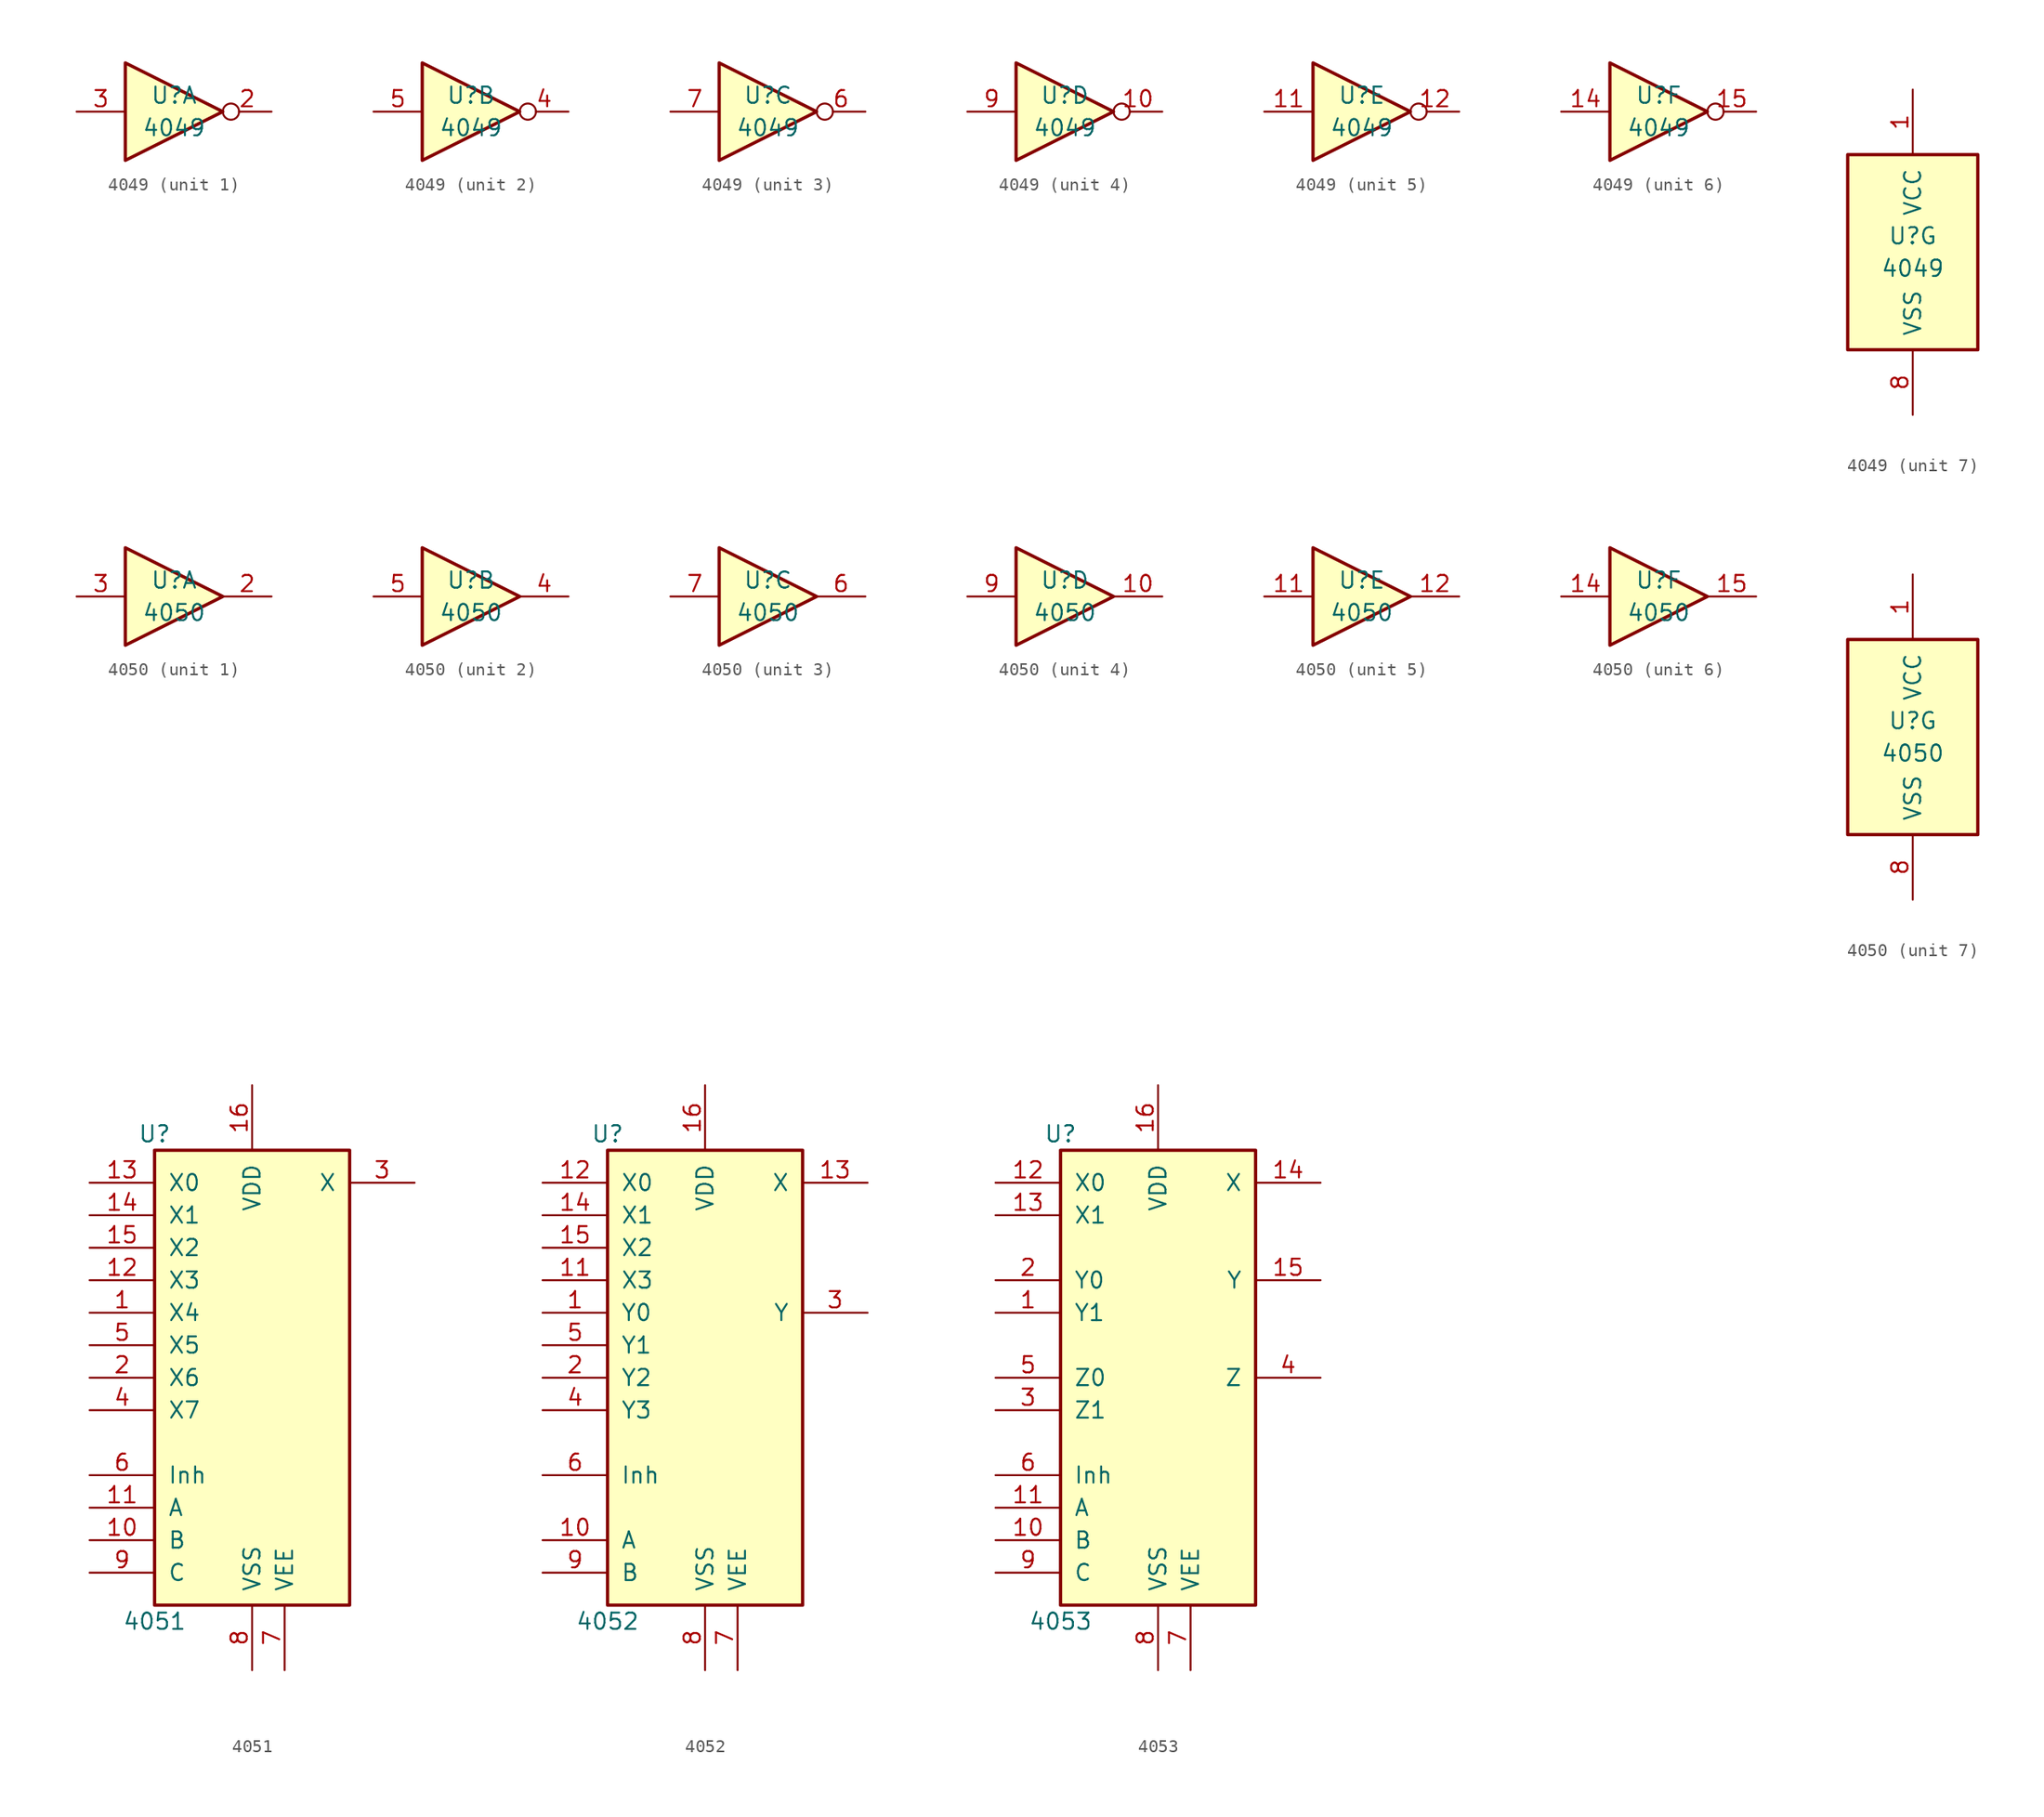
<source format=kicad_sym>
(kicad_symbol_lib
  (version 20241209)
  (generator "kicad_symbol_editor")
  (generator_version "9.0")
  (symbol "4049"
    (pin_names
      (offset 1.016))
    (property "Reference" "U"
      (at 0 1.27 0)
      (effects (font (size 1.27 1.27))))
    (property "Value" "4049"
      (at 0 -1.27 0)
      (effects (font (size 1.27 1.27))))
    (property "ki_locked" ""
      (at 0 0 0)
      (effects (font (size 1.27 1.27))))
    (symbol "4049_1_0"
      (polyline (pts (xy -3.81 3.81) (xy -3.81 -3.81) (xy 3.81 0) (xy -3.81 3.81)) (stroke (width 0.254) (type default)) (fill (type background)))
      (pin input line (at -7.62 0 0) (length 3.81) (name "~" (effects (font (size 1.27 1.27)))) (number "3" (effects (font (size 1.27 1.27)))))
      (pin output inverted (at 7.62 0 180) (length 3.81) (name "~" (effects (font (size 1.27 1.27)))) (number "2" (effects (font (size 1.27 1.27))))))
    (symbol "4049_2_0"
      (polyline (pts (xy -3.81 3.81) (xy -3.81 -3.81) (xy 3.81 0) (xy -3.81 3.81)) (stroke (width 0.254) (type default)) (fill (type background)))
      (pin input line (at -7.62 0 0) (length 3.81) (name "~" (effects (font (size 1.27 1.27)))) (number "5" (effects (font (size 1.27 1.27)))))
      (pin output inverted (at 7.62 0 180) (length 3.81) (name "~" (effects (font (size 1.27 1.27)))) (number "4" (effects (font (size 1.27 1.27))))))
    (symbol "4049_3_0"
      (polyline (pts (xy -3.81 3.81) (xy -3.81 -3.81) (xy 3.81 0) (xy -3.81 3.81)) (stroke (width 0.254) (type default)) (fill (type background)))
      (pin input line (at -7.62 0 0) (length 3.81) (name "~" (effects (font (size 1.27 1.27)))) (number "7" (effects (font (size 1.27 1.27)))))
      (pin output inverted (at 7.62 0 180) (length 3.81) (name "~" (effects (font (size 1.27 1.27)))) (number "6" (effects (font (size 1.27 1.27))))))
    (symbol "4049_4_0"
      (polyline (pts (xy -3.81 3.81) (xy -3.81 -3.81) (xy 3.81 0) (xy -3.81 3.81)) (stroke (width 0.254) (type default)) (fill (type background)))
      (pin input line (at -7.62 0 0) (length 3.81) (name "~" (effects (font (size 1.27 1.27)))) (number "9" (effects (font (size 1.27 1.27)))))
      (pin output inverted (at 7.62 0 180) (length 3.81) (name "~" (effects (font (size 1.27 1.27)))) (number "10" (effects (font (size 1.27 1.27))))))
    (symbol "4049_5_0"
      (polyline (pts (xy -3.81 3.81) (xy -3.81 -3.81) (xy 3.81 0) (xy -3.81 3.81)) (stroke (width 0.254) (type default)) (fill (type background)))
      (pin input line (at -7.62 0 0) (length 3.81) (name "~" (effects (font (size 1.27 1.27)))) (number "11" (effects (font (size 1.27 1.27)))))
      (pin output inverted (at 7.62 0 180) (length 3.81) (name "~" (effects (font (size 1.27 1.27)))) (number "12" (effects (font (size 1.27 1.27))))))
    (symbol "4049_6_0"
      (polyline (pts (xy -3.81 3.81) (xy -3.81 -3.81) (xy 3.81 0) (xy -3.81 3.81)) (stroke (width 0.254) (type default)) (fill (type background)))
      (pin input line (at -7.62 0 0) (length 3.81) (name "~" (effects (font (size 1.27 1.27)))) (number "14" (effects (font (size 1.27 1.27)))))
      (pin output inverted (at 7.62 0 180) (length 3.81) (name "~" (effects (font (size 1.27 1.27)))) (number "15" (effects (font (size 1.27 1.27))))))
    (symbol "4049_7_0"
      (pin power_in line (at 0 12.7 270) (length 5.08) (name "VCC" (effects (font (size 1.27 1.27)))) (number "1" (effects (font (size 1.27 1.27)))))
      (pin power_in line (at 0 -12.7 90) (length 5.08) (name "VSS" (effects (font (size 1.27 1.27)))) (number "8" (effects (font (size 1.27 1.27))))))
    (symbol "4049_7_1"
      (rectangle (start -5.08 7.62) (end 5.08 -7.62) (stroke (width 0.254) (type default)) (fill (type background)))))
  (symbol "4050"
    (pin_names
      (offset 1.016))
    (property "Reference" "U"
      (at 0 1.27 0)
      (effects (font (size 1.27 1.27))))
    (property "Value" "4050"
      (at 0 -1.27 0)
      (effects (font (size 1.27 1.27))))
    (property "ki_locked" ""
      (at 0 0 0)
      (effects (font (size 1.27 1.27))))
    (symbol "4050_1_0"
      (polyline (pts (xy -3.81 3.81) (xy -3.81 -3.81) (xy 3.81 0) (xy -3.81 3.81)) (stroke (width 0.254) (type default)) (fill (type background)))
      (pin input line (at -7.62 0 0) (length 3.81) (name "~" (effects (font (size 1.27 1.27)))) (number "3" (effects (font (size 1.27 1.27)))))
      (pin output line (at 7.62 0 180) (length 3.81) (name "~" (effects (font (size 1.27 1.27)))) (number "2" (effects (font (size 1.27 1.27))))))
    (symbol "4050_2_0"
      (polyline (pts (xy -3.81 3.81) (xy -3.81 -3.81) (xy 3.81 0) (xy -3.81 3.81)) (stroke (width 0.254) (type default)) (fill (type background)))
      (pin input line (at -7.62 0 0) (length 3.81) (name "~" (effects (font (size 1.27 1.27)))) (number "5" (effects (font (size 1.27 1.27)))))
      (pin output line (at 7.62 0 180) (length 3.81) (name "~" (effects (font (size 1.27 1.27)))) (number "4" (effects (font (size 1.27 1.27))))))
    (symbol "4050_3_0"
      (polyline (pts (xy -3.81 3.81) (xy -3.81 -3.81) (xy 3.81 0) (xy -3.81 3.81)) (stroke (width 0.254) (type default)) (fill (type background)))
      (pin input line (at -7.62 0 0) (length 3.81) (name "~" (effects (font (size 1.27 1.27)))) (number "7" (effects (font (size 1.27 1.27)))))
      (pin output line (at 7.62 0 180) (length 3.81) (name "~" (effects (font (size 1.27 1.27)))) (number "6" (effects (font (size 1.27 1.27))))))
    (symbol "4050_4_0"
      (polyline (pts (xy -3.81 3.81) (xy -3.81 -3.81) (xy 3.81 0) (xy -3.81 3.81)) (stroke (width 0.254) (type default)) (fill (type background)))
      (pin input line (at -7.62 0 0) (length 3.81) (name "~" (effects (font (size 1.27 1.27)))) (number "9" (effects (font (size 1.27 1.27)))))
      (pin output line (at 7.62 0 180) (length 3.81) (name "~" (effects (font (size 1.27 1.27)))) (number "10" (effects (font (size 1.27 1.27))))))
    (symbol "4050_5_0"
      (polyline (pts (xy -3.81 3.81) (xy -3.81 -3.81) (xy 3.81 0) (xy -3.81 3.81)) (stroke (width 0.254) (type default)) (fill (type background)))
      (pin input line (at -7.62 0 0) (length 3.81) (name "~" (effects (font (size 1.27 1.27)))) (number "11" (effects (font (size 1.27 1.27)))))
      (pin output line (at 7.62 0 180) (length 3.81) (name "~" (effects (font (size 1.27 1.27)))) (number "12" (effects (font (size 1.27 1.27))))))
    (symbol "4050_6_0"
      (polyline (pts (xy -3.81 3.81) (xy -3.81 -3.81) (xy 3.81 0) (xy -3.81 3.81)) (stroke (width 0.254) (type default)) (fill (type background)))
      (pin input line (at -7.62 0 0) (length 3.81) (name "~" (effects (font (size 1.27 1.27)))) (number "14" (effects (font (size 1.27 1.27)))))
      (pin output line (at 7.62 0 180) (length 3.81) (name "~" (effects (font (size 1.27 1.27)))) (number "15" (effects (font (size 1.27 1.27))))))
    (symbol "4050_7_0"
      (pin power_in line (at 0 12.7 270) (length 5.08) (name "VCC" (effects (font (size 1.27 1.27)))) (number "1" (effects (font (size 1.27 1.27)))))
      (pin power_in line (at 0 -12.7 90) (length 5.08) (name "VSS" (effects (font (size 1.27 1.27)))) (number "8" (effects (font (size 1.27 1.27))))))
    (symbol "4050_7_1"
      (rectangle (start -5.08 7.62) (end 5.08 -7.62) (stroke (width 0.254) (type default)) (fill (type background)))))
  (symbol "4051"
    (pin_names
      (offset 1.016))
    (property "Reference" "U"
      (at -7.62 19.05 0)
      (effects (font (size 1.27 1.27))))
    (property "Value" "4051"
      (at -7.62 -19.05 0)
      (effects (font (size 1.27 1.27))))
    (property "ki_locked" ""
      (at 0 0 0)
      (effects (font (size 1.27 1.27))))
    (symbol "4051_1_0"
      (pin passive line (at -12.7 15.24 0) (length 5.08) (name "X0" (effects (font (size 1.27 1.27)))) (number "13" (effects (font (size 1.27 1.27)))))
      (pin passive line (at -12.7 12.7 0) (length 5.08) (name "X1" (effects (font (size 1.27 1.27)))) (number "14" (effects (font (size 1.27 1.27)))))
      (pin passive line (at -12.7 10.16 0) (length 5.08) (name "X2" (effects (font (size 1.27 1.27)))) (number "15" (effects (font (size 1.27 1.27)))))
      (pin passive line (at -12.7 7.62 0) (length 5.08) (name "X3" (effects (font (size 1.27 1.27)))) (number "12" (effects (font (size 1.27 1.27)))))
      (pin passive line (at -12.7 5.08 0) (length 5.08) (name "X4" (effects (font (size 1.27 1.27)))) (number "1" (effects (font (size 1.27 1.27)))))
      (pin passive line (at -12.7 2.54 0) (length 5.08) (name "X5" (effects (font (size 1.27 1.27)))) (number "5" (effects (font (size 1.27 1.27)))))
      (pin passive line (at -12.7 0 0) (length 5.08) (name "X6" (effects (font (size 1.27 1.27)))) (number "2" (effects (font (size 1.27 1.27)))))
      (pin passive line (at -12.7 -2.54 0) (length 5.08) (name "X7" (effects (font (size 1.27 1.27)))) (number "4" (effects (font (size 1.27 1.27)))))
      (pin input line (at -12.7 -7.62 0) (length 5.08) (name "Inh" (effects (font (size 1.27 1.27)))) (number "6" (effects (font (size 1.27 1.27)))))
      (pin input line (at -12.7 -10.16 0) (length 5.08) (name "A" (effects (font (size 1.27 1.27)))) (number "11" (effects (font (size 1.27 1.27)))))
      (pin input line (at -12.7 -12.7 0) (length 5.08) (name "B" (effects (font (size 1.27 1.27)))) (number "10" (effects (font (size 1.27 1.27)))))
      (pin input line (at -12.7 -15.24 0) (length 5.08) (name "C" (effects (font (size 1.27 1.27)))) (number "9" (effects (font (size 1.27 1.27)))))
      (pin power_in line (at 0 22.86 270) (length 5.08) (name "VDD" (effects (font (size 1.27 1.27)))) (number "16" (effects (font (size 1.27 1.27)))))
      (pin power_in line (at 0 -22.86 90) (length 5.08) (name "VSS" (effects (font (size 1.27 1.27)))) (number "8" (effects (font (size 1.27 1.27)))))
      (pin power_in line (at 2.54 -22.86 90) (length 5.08) (name "VEE" (effects (font (size 1.27 1.27)))) (number "7" (effects (font (size 1.27 1.27)))))
      (pin passive line (at 12.7 15.24 180) (length 5.08) (name "X" (effects (font (size 1.27 1.27)))) (number "3" (effects (font (size 1.27 1.27))))))
    (symbol "4051_1_1"
      (rectangle (start -7.62 17.78) (end 7.62 -17.78) (stroke (width 0.254) (type default)) (fill (type background)))))
  (symbol "4052"
    (pin_names
      (offset 1.016))
    (property "Reference" "U"
      (at -7.62 19.05 0)
      (effects (font (size 1.27 1.27))))
    (property "Value" "4052"
      (at -7.62 -19.05 0)
      (effects (font (size 1.27 1.27))))
    (property "ki_locked" ""
      (at 0 0 0)
      (effects (font (size 1.27 1.27))))
    (symbol "4052_1_0"
      (pin passive line (at -12.7 15.24 0) (length 5.08) (name "X0" (effects (font (size 1.27 1.27)))) (number "12" (effects (font (size 1.27 1.27)))))
      (pin passive line (at -12.7 12.7 0) (length 5.08) (name "X1" (effects (font (size 1.27 1.27)))) (number "14" (effects (font (size 1.27 1.27)))))
      (pin passive line (at -12.7 10.16 0) (length 5.08) (name "X2" (effects (font (size 1.27 1.27)))) (number "15" (effects (font (size 1.27 1.27)))))
      (pin passive line (at -12.7 7.62 0) (length 5.08) (name "X3" (effects (font (size 1.27 1.27)))) (number "11" (effects (font (size 1.27 1.27)))))
      (pin passive line (at -12.7 5.08 0) (length 5.08) (name "Y0" (effects (font (size 1.27 1.27)))) (number "1" (effects (font (size 1.27 1.27)))))
      (pin passive line (at -12.7 2.54 0) (length 5.08) (name "Y1" (effects (font (size 1.27 1.27)))) (number "5" (effects (font (size 1.27 1.27)))))
      (pin passive line (at -12.7 0 0) (length 5.08) (name "Y2" (effects (font (size 1.27 1.27)))) (number "2" (effects (font (size 1.27 1.27)))))
      (pin passive line (at -12.7 -2.54 0) (length 5.08) (name "Y3" (effects (font (size 1.27 1.27)))) (number "4" (effects (font (size 1.27 1.27)))))
      (pin input line (at -12.7 -7.62 0) (length 5.08) (name "Inh" (effects (font (size 1.27 1.27)))) (number "6" (effects (font (size 1.27 1.27)))))
      (pin input line (at -12.7 -12.7 0) (length 5.08) (name "A" (effects (font (size 1.27 1.27)))) (number "10" (effects (font (size 1.27 1.27)))))
      (pin input line (at -12.7 -15.24 0) (length 5.08) (name "B" (effects (font (size 1.27 1.27)))) (number "9" (effects (font (size 1.27 1.27)))))
      (pin power_in line (at 0 22.86 270) (length 5.08) (name "VDD" (effects (font (size 1.27 1.27)))) (number "16" (effects (font (size 1.27 1.27)))))
      (pin power_in line (at 0 -22.86 90) (length 5.08) (name "VSS" (effects (font (size 1.27 1.27)))) (number "8" (effects (font (size 1.27 1.27)))))
      (pin power_in line (at 2.54 -22.86 90) (length 5.08) (name "VEE" (effects (font (size 1.27 1.27)))) (number "7" (effects (font (size 1.27 1.27)))))
      (pin passive line (at 12.7 15.24 180) (length 5.08) (name "X" (effects (font (size 1.27 1.27)))) (number "13" (effects (font (size 1.27 1.27)))))
      (pin passive line (at 12.7 5.08 180) (length 5.08) (name "Y" (effects (font (size 1.27 1.27)))) (number "3" (effects (font (size 1.27 1.27))))))
    (symbol "4052_1_1"
      (rectangle (start -7.62 17.78) (end 7.62 -17.78) (stroke (width 0.254) (type default)) (fill (type background)))))
  (symbol "4053"
    (pin_names
      (offset 1.016))
    (property "Reference" "U"
      (at -7.62 19.05 0)
      (effects (font (size 1.27 1.27))))
    (property "Value" "4053"
      (at -7.62 -19.05 0)
      (effects (font (size 1.27 1.27))))
    (property "ki_locked" ""
      (at 0 0 0)
      (effects (font (size 1.27 1.27))))
    (symbol "4053_1_0"
      (pin passive line (at -12.7 15.24 0) (length 5.08) (name "X0" (effects (font (size 1.27 1.27)))) (number "12" (effects (font (size 1.27 1.27)))))
      (pin passive line (at -12.7 12.7 0) (length 5.08) (name "X1" (effects (font (size 1.27 1.27)))) (number "13" (effects (font (size 1.27 1.27)))))
      (pin passive line (at -12.7 7.62 0) (length 5.08) (name "Y0" (effects (font (size 1.27 1.27)))) (number "2" (effects (font (size 1.27 1.27)))))
      (pin passive line (at -12.7 5.08 0) (length 5.08) (name "Y1" (effects (font (size 1.27 1.27)))) (number "1" (effects (font (size 1.27 1.27)))))
      (pin passive line (at -12.7 0 0) (length 5.08) (name "Z0" (effects (font (size 1.27 1.27)))) (number "5" (effects (font (size 1.27 1.27)))))
      (pin passive line (at -12.7 -2.54 0) (length 5.08) (name "Z1" (effects (font (size 1.27 1.27)))) (number "3" (effects (font (size 1.27 1.27)))))
      (pin input line (at -12.7 -7.62 0) (length 5.08) (name "Inh" (effects (font (size 1.27 1.27)))) (number "6" (effects (font (size 1.27 1.27)))))
      (pin input line (at -12.7 -10.16 0) (length 5.08) (name "A" (effects (font (size 1.27 1.27)))) (number "11" (effects (font (size 1.27 1.27)))))
      (pin input line (at -12.7 -12.7 0) (length 5.08) (name "B" (effects (font (size 1.27 1.27)))) (number "10" (effects (font (size 1.27 1.27)))))
      (pin input line (at -12.7 -15.24 0) (length 5.08) (name "C" (effects (font (size 1.27 1.27)))) (number "9" (effects (font (size 1.27 1.27)))))
      (pin power_in line (at 0 22.86 270) (length 5.08) (name "VDD" (effects (font (size 1.27 1.27)))) (number "16" (effects (font (size 1.27 1.27)))))
      (pin power_in line (at 0 -22.86 90) (length 5.08) (name "VSS" (effects (font (size 1.27 1.27)))) (number "8" (effects (font (size 1.27 1.27)))))
      (pin power_in line (at 2.54 -22.86 90) (length 5.08) (name "VEE" (effects (font (size 1.27 1.27)))) (number "7" (effects (font (size 1.27 1.27)))))
      (pin passive line (at 12.7 15.24 180) (length 5.08) (name "X" (effects (font (size 1.27 1.27)))) (number "14" (effects (font (size 1.27 1.27)))))
      (pin passive line (at 12.7 7.62 180) (length 5.08) (name "Y" (effects (font (size 1.27 1.27)))) (number "15" (effects (font (size 1.27 1.27)))))
      (pin passive line (at 12.7 0 180) (length 5.08) (name "Z" (effects (font (size 1.27 1.27)))) (number "4" (effects (font (size 1.27 1.27))))))
    (symbol "4053_1_1"
      (rectangle (start -7.62 17.78) (end 7.62 -17.78) (stroke (width 0.254) (type default)) (fill (type background))))))
</source>
